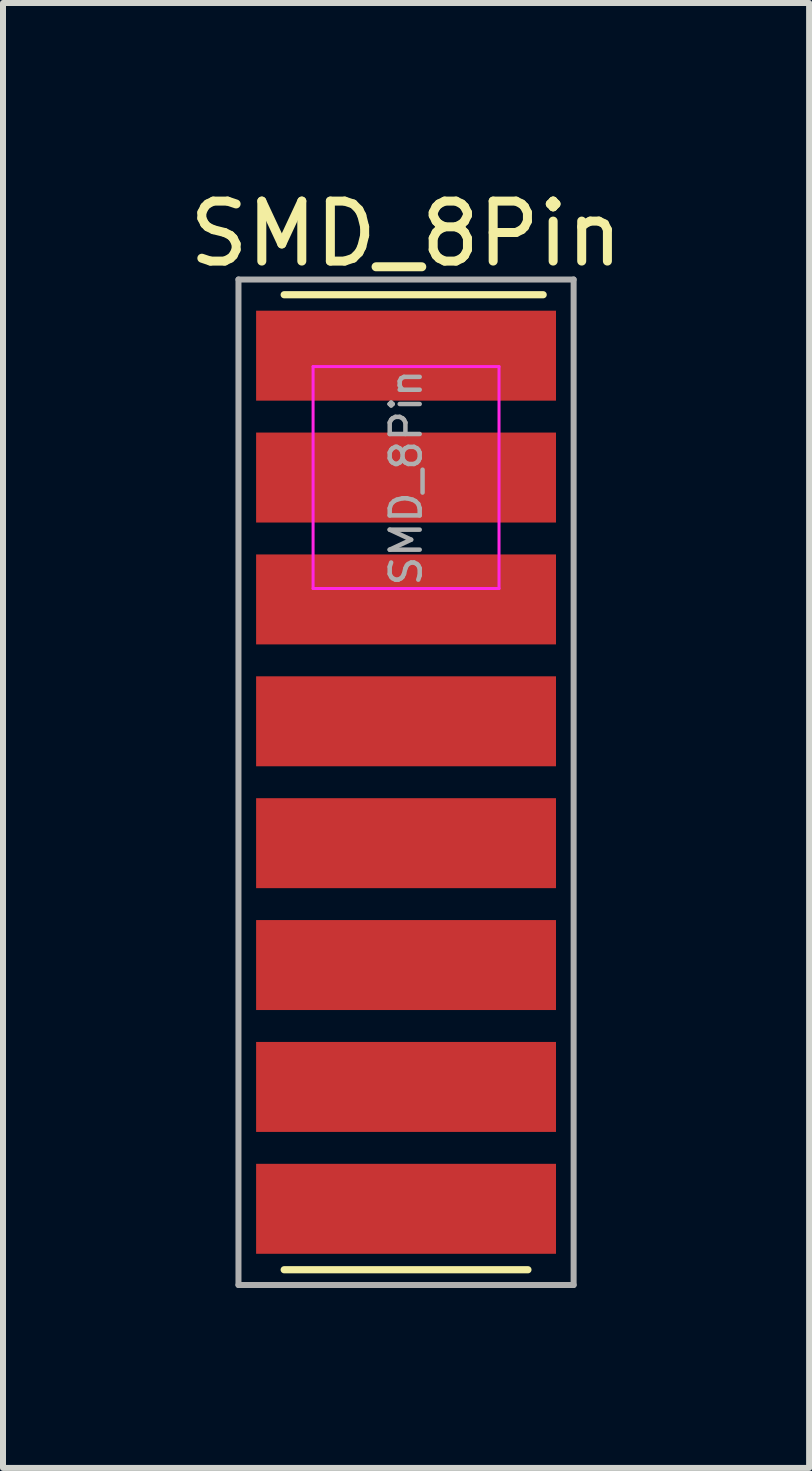
<source format=kicad_pcb>
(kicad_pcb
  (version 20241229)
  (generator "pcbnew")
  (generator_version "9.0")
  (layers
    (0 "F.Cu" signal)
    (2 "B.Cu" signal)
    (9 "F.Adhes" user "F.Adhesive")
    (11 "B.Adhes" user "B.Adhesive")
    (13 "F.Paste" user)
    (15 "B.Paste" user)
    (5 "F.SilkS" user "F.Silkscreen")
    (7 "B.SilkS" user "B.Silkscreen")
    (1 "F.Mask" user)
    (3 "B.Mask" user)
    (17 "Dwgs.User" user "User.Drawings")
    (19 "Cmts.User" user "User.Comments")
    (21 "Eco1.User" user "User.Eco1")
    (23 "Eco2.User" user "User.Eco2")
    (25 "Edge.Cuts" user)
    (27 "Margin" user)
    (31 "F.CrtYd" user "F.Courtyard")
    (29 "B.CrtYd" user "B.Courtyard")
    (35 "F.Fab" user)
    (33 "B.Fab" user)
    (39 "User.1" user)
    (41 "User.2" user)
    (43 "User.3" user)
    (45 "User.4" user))
  (footprint "SMD_8Pin"
    (layer "F.Cu")
    (at 3.72 8.976)
    (property "Reference" "SMD_8Pin" (at 0 -8.128 0) (layer "F.SilkS") (effects (font (size 1 1) (thickness 0.15))))
    (attr smd)
    (fp_line (start 2.032 9.144) (end -2.032 9.144) (stroke (width 0.12) (type solid)) (layer "F.SilkS"))
    (fp_line (start 2.286 -7.112) (end -2.032 -7.112) (stroke (width 0.12) (type solid)) (layer "F.SilkS"))
    (fp_line (start -1.55 -5.914) (end -1.55 -2.214) (stroke (width 0.05) (type solid)) (layer "F.CrtYd"))
    (fp_line (start -1.55 -5.914) (end 1.55 -5.914) (stroke (width 0.05) (type solid)) (layer "F.CrtYd"))
    (fp_line (start 1.55 -2.214) (end -1.55 -2.214) (stroke (width 0.05) (type solid)) (layer "F.CrtYd"))
    (fp_line (start 1.55 -2.214) (end 1.55 -5.914) (stroke (width 0.05) (type solid)) (layer "F.CrtYd"))
    (fp_line (start -2.794 -7.366) (end 2.794 -7.366) (stroke (width 0.1) (type solid)) (layer "F.Fab"))
    (fp_line (start -2.794 9.398) (end -2.794 -7.366) (stroke (width 0.1) (type solid)) (layer "F.Fab"))
    (fp_line (start 2.794 -7.366) (end 2.794 9.398) (stroke (width 0.1) (type solid)) (layer "F.Fab"))
    (fp_line (start 2.794 9.398) (end -2.794 9.398) (stroke (width 0.1) (type solid)) (layer "F.Fab"))
    (fp_text user "${REFERENCE}" (at 0 -4.064 90) (layer "F.Fab") (effects (font (size 0.5 0.5) (thickness 0.075))))
    (pad "1" smd rect (at 0 -6.096) (size 5 1.5) (layers "F.Cu" "F.Mask" "F.Paste"))
    (pad "2" smd rect (at 0 -4.064) (size 5 1.5) (layers "F.Cu" "F.Mask" "F.Paste"))
    (pad "3" smd rect (at 0 -2.032) (size 5 1.5) (layers "F.Cu" "F.Mask" "F.Paste"))
    (pad "4" smd rect (at 0 0) (size 5 1.5) (layers "F.Cu" "F.Mask" "F.Paste"))
    (pad "5" smd rect (at 0 2.032) (size 5 1.5) (layers "F.Cu" "F.Mask" "F.Paste"))
    (pad "6" smd rect (at 0 4.064) (size 5 1.5) (layers "F.Cu" "F.Mask" "F.Paste"))
    (pad "7" smd rect (at 0 6.096) (size 5 1.5) (layers "F.Cu" "F.Mask" "F.Paste"))
    (pad "8" smd rect (at 0 8.128) (size 5 1.5) (layers "F.Cu" "F.Mask" "F.Paste")))
  (gr_rect
    (start -3 -3)
    (end 10.44 21.424)
    (stroke (width 0.1) (type default))
    (fill no)
    (layer "Edge.Cuts")))
</source>
